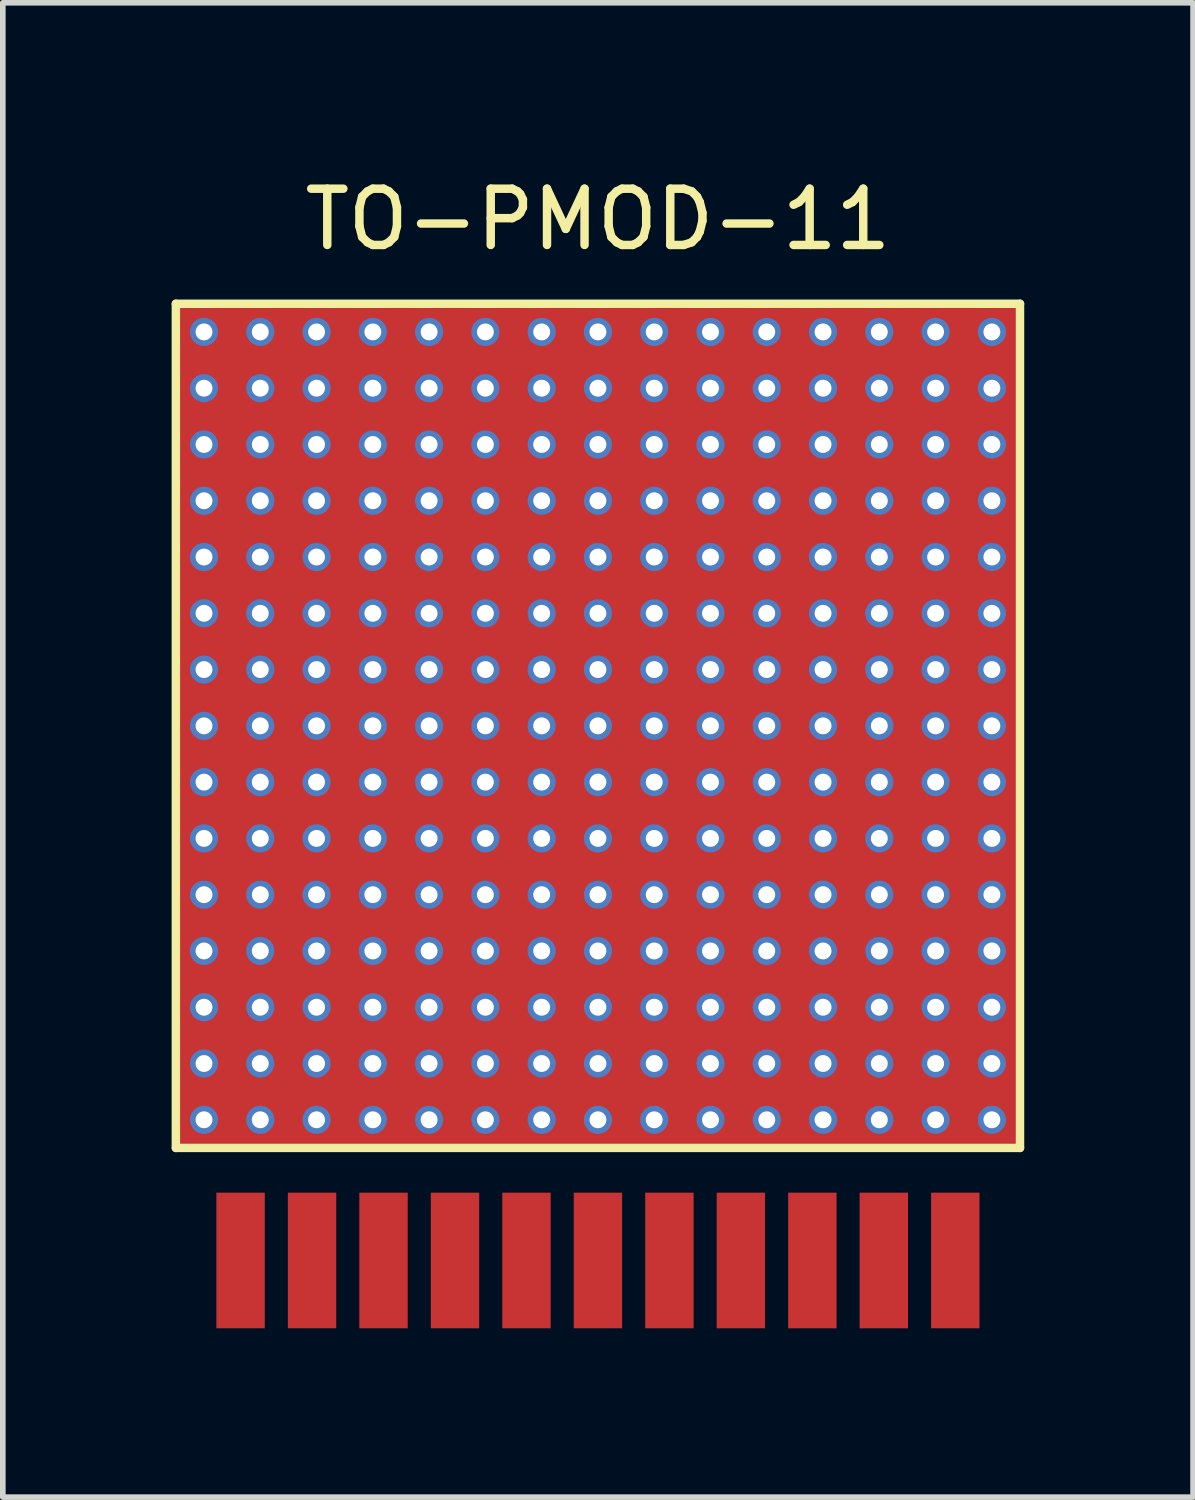
<source format=kicad_pcb>
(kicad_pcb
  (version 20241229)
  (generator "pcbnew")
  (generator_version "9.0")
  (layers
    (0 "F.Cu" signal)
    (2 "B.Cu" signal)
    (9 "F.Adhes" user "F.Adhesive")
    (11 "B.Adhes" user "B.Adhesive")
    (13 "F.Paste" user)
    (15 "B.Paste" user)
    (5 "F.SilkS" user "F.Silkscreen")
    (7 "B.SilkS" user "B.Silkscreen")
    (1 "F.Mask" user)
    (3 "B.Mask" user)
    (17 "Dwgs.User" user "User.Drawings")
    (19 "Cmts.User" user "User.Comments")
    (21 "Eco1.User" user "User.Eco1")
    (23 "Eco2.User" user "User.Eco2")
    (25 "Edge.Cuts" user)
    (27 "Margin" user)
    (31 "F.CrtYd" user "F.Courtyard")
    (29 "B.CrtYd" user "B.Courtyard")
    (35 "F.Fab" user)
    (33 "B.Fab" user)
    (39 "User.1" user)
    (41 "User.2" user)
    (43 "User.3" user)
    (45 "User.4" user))
  (footprint "TO-PMOD-11"
    (layer "F.Cu")
    (at 7.575 9.848)
    (property "Reference" "TO-PMOD-11" (at 0 -9 0) (layer "F.SilkS") (effects (font (size 1 1) (thickness 0.15))))
    (attr through_hole)
    (fp_line (start -7.5 -7.5) (end -7.5 7.5) (stroke (width 0.15) (type solid)) (layer "F.SilkS"))
    (fp_line (start -7.5 7.5) (end 7.5 7.5) (stroke (width 0.15) (type solid)) (layer "F.SilkS"))
    (fp_line (start 7.5 -7.5) (end -7.5 -7.5) (stroke (width 0.15) (type solid)) (layer "F.SilkS"))
    (fp_line (start 7.5 7.5) (end 7.5 -7.5) (stroke (width 0.15) (type solid)) (layer "F.SilkS"))
    (pad "1" smd rect (at -6.35 9.5) (size 0.86 2.41) (layers "F.Cu" "F.Mask" "F.Paste"))
    (pad "2" smd rect (at -5.08 9.5) (size 0.86 2.41) (layers "F.Cu" "F.Mask" "F.Paste"))
    (pad "3" smd rect (at -3.81 9.5) (size 0.86 2.41) (layers "F.Cu" "F.Mask" "F.Paste"))
    (pad "4" smd rect (at -2.54 9.5) (size 0.86 2.41) (layers "F.Cu" "F.Mask" "F.Paste"))
    (pad "5" smd rect (at -1.27 9.5) (size 0.86 2.41) (layers "F.Cu" "F.Mask" "F.Paste"))
    (pad "6" smd rect (at 0 9.5) (size 0.86 2.41) (layers "F.Cu" "F.Mask" "F.Paste"))
    (pad "7" smd rect (at 1.27 9.5) (size 0.86 2.41) (layers "F.Cu" "F.Mask" "F.Paste"))
    (pad "8" smd rect (at 2.54 9.5) (size 0.86 2.41) (layers "F.Cu" "F.Mask" "F.Paste"))
    (pad "9" smd rect (at 3.81 9.5) (size 0.86 2.41) (layers "F.Cu" "F.Mask" "F.Paste"))
    (pad "10" smd rect (at 5.08 9.5) (size 0.86 2.41) (layers "F.Cu" "F.Mask" "F.Paste"))
    (pad "11" smd rect (at 6.35 9.5) (size 0.86 2.41) (layers "F.Cu" "F.Mask" "F.Paste"))
    (pad "EP" thru_hole circle (at -7 -7) (size 0.5 0.5) (drill 0.3) (layers "*.Cu"))
    (pad "EP" thru_hole circle (at -7 -6) (size 0.5 0.5) (drill 0.3) (layers "*.Cu"))
    (pad "EP" thru_hole circle (at -7 -5) (size 0.5 0.5) (drill 0.3) (layers "*.Cu"))
    (pad "EP" thru_hole circle (at -7 -4) (size 0.5 0.5) (drill 0.3) (layers "*.Cu"))
    (pad "EP" thru_hole circle (at -7 -3) (size 0.5 0.5) (drill 0.3) (layers "*.Cu"))
    (pad "EP" thru_hole circle (at -7 -2) (size 0.5 0.5) (drill 0.3) (layers "*.Cu"))
    (pad "EP" thru_hole circle (at -7 -1) (size 0.5 0.5) (drill 0.3) (layers "*.Cu"))
    (pad "EP" thru_hole circle (at -7 0) (size 0.5 0.5) (drill 0.3) (layers "*.Cu"))
    (pad "EP" thru_hole circle (at -7 1) (size 0.5 0.5) (drill 0.3) (layers "*.Cu"))
    (pad "EP" thru_hole circle (at -7 2) (size 0.5 0.5) (drill 0.3) (layers "*.Cu"))
    (pad "EP" thru_hole circle (at -7 3) (size 0.5 0.5) (drill 0.3) (layers "*.Cu"))
    (pad "EP" thru_hole circle (at -7 4) (size 0.5 0.5) (drill 0.3) (layers "*.Cu"))
    (pad "EP" thru_hole circle (at -7 5) (size 0.5 0.5) (drill 0.3) (layers "*.Cu"))
    (pad "EP" thru_hole circle (at -7 6) (size 0.5 0.5) (drill 0.3) (layers "*.Cu"))
    (pad "EP" thru_hole circle (at -7 7) (size 0.5 0.5) (drill 0.3) (layers "*.Cu"))
    (pad "EP" thru_hole circle (at -6 -7) (size 0.5 0.5) (drill 0.3) (layers "*.Cu"))
    (pad "EP" thru_hole circle (at -6 -6) (size 0.5 0.5) (drill 0.3) (layers "*.Cu"))
    (pad "EP" thru_hole circle (at -6 -5) (size 0.5 0.5) (drill 0.3) (layers "*.Cu"))
    (pad "EP" thru_hole circle (at -6 -4) (size 0.5 0.5) (drill 0.3) (layers "*.Cu"))
    (pad "EP" thru_hole circle (at -6 -3) (size 0.5 0.5) (drill 0.3) (layers "*.Cu"))
    (pad "EP" thru_hole circle (at -6 -2) (size 0.5 0.5) (drill 0.3) (layers "*.Cu"))
    (pad "EP" thru_hole circle (at -6 -1) (size 0.5 0.5) (drill 0.3) (layers "*.Cu"))
    (pad "EP" thru_hole circle (at -6 0) (size 0.5 0.5) (drill 0.3) (layers "*.Cu"))
    (pad "EP" thru_hole circle (at -6 1) (size 0.5 0.5) (drill 0.3) (layers "*.Cu"))
    (pad "EP" thru_hole circle (at -6 2) (size 0.5 0.5) (drill 0.3) (layers "*.Cu"))
    (pad "EP" thru_hole circle (at -6 3) (size 0.5 0.5) (drill 0.3) (layers "*.Cu"))
    (pad "EP" thru_hole circle (at -6 4) (size 0.5 0.5) (drill 0.3) (layers "*.Cu"))
    (pad "EP" thru_hole circle (at -6 5) (size 0.5 0.5) (drill 0.3) (layers "*.Cu"))
    (pad "EP" thru_hole circle (at -6 6) (size 0.5 0.5) (drill 0.3) (layers "*.Cu"))
    (pad "EP" thru_hole circle (at -6 7) (size 0.5 0.5) (drill 0.3) (layers "*.Cu"))
    (pad "EP" thru_hole circle (at -5 -7) (size 0.5 0.5) (drill 0.3) (layers "*.Cu"))
    (pad "EP" thru_hole circle (at -5 -6) (size 0.5 0.5) (drill 0.3) (layers "*.Cu"))
    (pad "EP" thru_hole circle (at -5 -5) (size 0.5 0.5) (drill 0.3) (layers "*.Cu"))
    (pad "EP" thru_hole circle (at -5 -4) (size 0.5 0.5) (drill 0.3) (layers "*.Cu"))
    (pad "EP" thru_hole circle (at -5 -3) (size 0.5 0.5) (drill 0.3) (layers "*.Cu"))
    (pad "EP" thru_hole circle (at -5 -2) (size 0.5 0.5) (drill 0.3) (layers "*.Cu"))
    (pad "EP" thru_hole circle (at -5 -1) (size 0.5 0.5) (drill 0.3) (layers "*.Cu"))
    (pad "EP" thru_hole circle (at -5 0) (size 0.5 0.5) (drill 0.3) (layers "*.Cu"))
    (pad "EP" thru_hole circle (at -5 1) (size 0.5 0.5) (drill 0.3) (layers "*.Cu"))
    (pad "EP" thru_hole circle (at -5 2) (size 0.5 0.5) (drill 0.3) (layers "*.Cu"))
    (pad "EP" thru_hole circle (at -5 3) (size 0.5 0.5) (drill 0.3) (layers "*.Cu"))
    (pad "EP" thru_hole circle (at -5 4) (size 0.5 0.5) (drill 0.3) (layers "*.Cu"))
    (pad "EP" thru_hole circle (at -5 5) (size 0.5 0.5) (drill 0.3) (layers "*.Cu"))
    (pad "EP" thru_hole circle (at -5 6) (size 0.5 0.5) (drill 0.3) (layers "*.Cu"))
    (pad "EP" thru_hole circle (at -5 7) (size 0.5 0.5) (drill 0.3) (layers "*.Cu"))
    (pad "EP" thru_hole circle (at -4 -7) (size 0.5 0.5) (drill 0.3) (layers "*.Cu"))
    (pad "EP" thru_hole circle (at -4 -6) (size 0.5 0.5) (drill 0.3) (layers "*.Cu" "*.Mask"))
    (pad "EP" thru_hole circle (at -4 -5) (size 0.5 0.5) (drill 0.3) (layers "*.Cu" "*.Mask"))
    (pad "EP" thru_hole circle (at -4 -4) (size 0.5 0.5) (drill 0.3) (layers "*.Cu" "*.Mask"))
    (pad "EP" thru_hole circle (at -4 -3) (size 0.5 0.5) (drill 0.3) (layers "*.Cu" "*.Mask"))
    (pad "EP" thru_hole circle (at -4 -2) (size 0.5 0.5) (drill 0.3) (layers "*.Cu" "*.Mask"))
    (pad "EP" thru_hole circle (at -4 -1) (size 0.5 0.5) (drill 0.3) (layers "*.Cu" "*.Mask"))
    (pad "EP" thru_hole circle (at -4 0) (size 0.5 0.5) (drill 0.3) (layers "*.Cu" "*.Mask"))
    (pad "EP" thru_hole circle (at -4 1) (size 0.5 0.5) (drill 0.3) (layers "*.Cu" "*.Mask"))
    (pad "EP" thru_hole circle (at -4 2) (size 0.5 0.5) (drill 0.3) (layers "*.Cu" "*.Mask"))
    (pad "EP" thru_hole circle (at -4 3) (size 0.5 0.5) (drill 0.3) (layers "*.Cu" "*.Mask"))
    (pad "EP" thru_hole circle (at -4 4) (size 0.5 0.5) (drill 0.3) (layers "*.Cu" "*.Mask"))
    (pad "EP" thru_hole circle (at -4 5) (size 0.5 0.5) (drill 0.3) (layers "*.Cu" "*.Mask"))
    (pad "EP" thru_hole circle (at -4 6) (size 0.5 0.5) (drill 0.3) (layers "*.Cu" "*.Mask"))
    (pad "EP" thru_hole circle (at -4 7) (size 0.5 0.5) (drill 0.3) (layers "*.Cu"))
    (pad "EP" thru_hole circle (at -3 -7) (size 0.5 0.5) (drill 0.3) (layers "*.Cu"))
    (pad "EP" thru_hole circle (at -3 -6) (size 0.5 0.5) (drill 0.3) (layers "*.Cu" "*.Mask"))
    (pad "EP" thru_hole circle (at -3 -5) (size 0.5 0.5) (drill 0.3) (layers "*.Cu" "*.Mask"))
    (pad "EP" thru_hole circle (at -3 -4) (size 0.5 0.5) (drill 0.3) (layers "*.Cu" "*.Mask"))
    (pad "EP" thru_hole circle (at -3 -3) (size 0.5 0.5) (drill 0.3) (layers "*.Cu" "*.Mask"))
    (pad "EP" thru_hole circle (at -3 -2) (size 0.5 0.5) (drill 0.3) (layers "*.Cu" "*.Mask"))
    (pad "EP" thru_hole circle (at -3 -1) (size 0.5 0.5) (drill 0.3) (layers "*.Cu" "*.Mask"))
    (pad "EP" thru_hole circle (at -3 0) (size 0.5 0.5) (drill 0.3) (layers "*.Cu" "*.Mask"))
    (pad "EP" thru_hole circle (at -3 1) (size 0.5 0.5) (drill 0.3) (layers "*.Cu" "*.Mask"))
    (pad "EP" thru_hole circle (at -3 2) (size 0.5 0.5) (drill 0.3) (layers "*.Cu" "*.Mask"))
    (pad "EP" thru_hole circle (at -3 3) (size 0.5 0.5) (drill 0.3) (layers "*.Cu" "*.Mask"))
    (pad "EP" thru_hole circle (at -3 4) (size 0.5 0.5) (drill 0.3) (layers "*.Cu" "*.Mask"))
    (pad "EP" thru_hole circle (at -3 5) (size 0.5 0.5) (drill 0.3) (layers "*.Cu" "*.Mask"))
    (pad "EP" thru_hole circle (at -3 6) (size 0.5 0.5) (drill 0.3) (layers "*.Cu" "*.Mask"))
    (pad "EP" thru_hole circle (at -3 7) (size 0.5 0.5) (drill 0.3) (layers "*.Cu"))
    (pad "EP" thru_hole circle (at -2 -7) (size 0.5 0.5) (drill 0.3) (layers "*.Cu"))
    (pad "EP" thru_hole circle (at -2 -6) (size 0.5 0.5) (drill 0.3) (layers "*.Cu" "*.Mask"))
    (pad "EP" thru_hole circle (at -2 -5) (size 0.5 0.5) (drill 0.3) (layers "*.Cu" "*.Mask"))
    (pad "EP" thru_hole circle (at -2 -4) (size 0.5 0.5) (drill 0.3) (layers "*.Cu" "*.Mask"))
    (pad "EP" thru_hole circle (at -2 -3) (size 0.5 0.5) (drill 0.3) (layers "*.Cu" "*.Mask"))
    (pad "EP" thru_hole circle (at -2 -2) (size 0.5 0.5) (drill 0.3) (layers "*.Cu" "*.Mask"))
    (pad "EP" thru_hole circle (at -2 -1) (size 0.5 0.5) (drill 0.3) (layers "*.Cu" "*.Mask"))
    (pad "EP" thru_hole circle (at -2 0) (size 0.5 0.5) (drill 0.3) (layers "*.Cu" "*.Mask"))
    (pad "EP" thru_hole circle (at -2 1) (size 0.5 0.5) (drill 0.3) (layers "*.Cu" "*.Mask"))
    (pad "EP" thru_hole circle (at -2 2) (size 0.5 0.5) (drill 0.3) (layers "*.Cu" "*.Mask"))
    (pad "EP" thru_hole circle (at -2 3) (size 0.5 0.5) (drill 0.3) (layers "*.Cu" "*.Mask"))
    (pad "EP" thru_hole circle (at -2 4) (size 0.5 0.5) (drill 0.3) (layers "*.Cu" "*.Mask"))
    (pad "EP" thru_hole circle (at -2 5) (size 0.5 0.5) (drill 0.3) (layers "*.Cu" "*.Mask"))
    (pad "EP" thru_hole circle (at -2 6) (size 0.5 0.5) (drill 0.3) (layers "*.Cu" "*.Mask"))
    (pad "EP" thru_hole circle (at -2 7) (size 0.5 0.5) (drill 0.3) (layers "*.Cu"))
    (pad "EP" thru_hole circle (at -1 -7) (size 0.5 0.5) (drill 0.3) (layers "*.Cu"))
    (pad "EP" thru_hole circle (at -1 -6) (size 0.5 0.5) (drill 0.3) (layers "*.Cu" "*.Mask"))
    (pad "EP" thru_hole circle (at -1 -5) (size 0.5 0.5) (drill 0.3) (layers "*.Cu" "*.Mask"))
    (pad "EP" thru_hole circle (at -1 -4) (size 0.5 0.5) (drill 0.3) (layers "*.Cu" "*.Mask"))
    (pad "EP" thru_hole circle (at -1 -3) (size 0.5 0.5) (drill 0.3) (layers "*.Cu" "*.Mask"))
    (pad "EP" thru_hole circle (at -1 -2) (size 0.5 0.5) (drill 0.3) (layers "*.Cu" "*.Mask"))
    (pad "EP" thru_hole circle (at -1 -1) (size 0.5 0.5) (drill 0.3) (layers "*.Cu" "*.Mask"))
    (pad "EP" thru_hole circle (at -1 0) (size 0.5 0.5) (drill 0.3) (layers "*.Cu" "*.Mask"))
    (pad "EP" thru_hole circle (at -1 1) (size 0.5 0.5) (drill 0.3) (layers "*.Cu" "*.Mask"))
    (pad "EP" thru_hole circle (at -1 2) (size 0.5 0.5) (drill 0.3) (layers "*.Cu" "*.Mask"))
    (pad "EP" thru_hole circle (at -1 3) (size 0.5 0.5) (drill 0.3) (layers "*.Cu" "*.Mask"))
    (pad "EP" thru_hole circle (at -1 4) (size 0.5 0.5) (drill 0.3) (layers "*.Cu" "*.Mask"))
    (pad "EP" thru_hole circle (at -1 5) (size 0.5 0.5) (drill 0.3) (layers "*.Cu" "*.Mask"))
    (pad "EP" thru_hole circle (at -1 6) (size 0.5 0.5) (drill 0.3) (layers "*.Cu" "*.Mask"))
    (pad "EP" thru_hole circle (at -1 7) (size 0.5 0.5) (drill 0.3) (layers "*.Cu"))
    (pad "EP" thru_hole circle (at 0 -7) (size 0.5 0.5) (drill 0.3) (layers "*.Cu"))
    (pad "EP" thru_hole circle (at 0 -6) (size 0.5 0.5) (drill 0.3) (layers "*.Cu" "*.Mask"))
    (pad "EP" thru_hole circle (at 0 -5) (size 0.5 0.5) (drill 0.3) (layers "*.Cu" "*.Mask"))
    (pad "EP" thru_hole circle (at 0 -4) (size 0.5 0.5) (drill 0.3) (layers "*.Cu" "*.Mask"))
    (pad "EP" thru_hole circle (at 0 -3) (size 0.5 0.5) (drill 0.3) (layers "*.Cu" "*.Mask"))
    (pad "EP" thru_hole circle (at 0 -2) (size 0.5 0.5) (drill 0.3) (layers "*.Cu" "*.Mask"))
    (pad "EP" thru_hole circle (at 0 -1) (size 0.5 0.5) (drill 0.3) (layers "*.Cu" "*.Mask"))
    (pad "EP" thru_hole circle (at 0 0) (size 0.5 0.5) (drill 0.3) (layers "*.Cu" "*.Mask"))
    (pad "EP" smd rect (at 0 0) (size 9.126 13.37) (layers "F.Cu" "F.Mask" "F.Paste"))
    (pad "EP" smd rect (at 0 0) (size 15 15) (layers "F.Cu"))
    (pad "EP" thru_hole circle (at 0 1) (size 0.5 0.5) (drill 0.3) (layers "*.Cu" "*.Mask"))
    (pad "EP" thru_hole circle (at 0 2) (size 0.5 0.5) (drill 0.3) (layers "*.Cu" "*.Mask"))
    (pad "EP" thru_hole circle (at 0 3) (size 0.5 0.5) (drill 0.3) (layers "*.Cu" "*.Mask"))
    (pad "EP" thru_hole circle (at 0 4) (size 0.5 0.5) (drill 0.3) (layers "*.Cu" "*.Mask"))
    (pad "EP" thru_hole circle (at 0 5) (size 0.5 0.5) (drill 0.3) (layers "*.Cu" "*.Mask"))
    (pad "EP" thru_hole circle (at 0 6) (size 0.5 0.5) (drill 0.3) (layers "*.Cu" "*.Mask"))
    (pad "EP" thru_hole circle (at 0 7) (size 0.5 0.5) (drill 0.3) (layers "*.Cu"))
    (pad "EP" thru_hole circle (at 1 -7) (size 0.5 0.5) (drill 0.3) (layers "*.Cu"))
    (pad "EP" thru_hole circle (at 1 -6) (size 0.5 0.5) (drill 0.3) (layers "*.Cu" "*.Mask"))
    (pad "EP" thru_hole circle (at 1 -5) (size 0.5 0.5) (drill 0.3) (layers "*.Cu" "*.Mask"))
    (pad "EP" thru_hole circle (at 1 -4) (size 0.5 0.5) (drill 0.3) (layers "*.Cu" "*.Mask"))
    (pad "EP" thru_hole circle (at 1 -3) (size 0.5 0.5) (drill 0.3) (layers "*.Cu" "*.Mask"))
    (pad "EP" thru_hole circle (at 1 -2) (size 0.5 0.5) (drill 0.3) (layers "*.Cu" "*.Mask"))
    (pad "EP" thru_hole circle (at 1 -1) (size 0.5 0.5) (drill 0.3) (layers "*.Cu" "*.Mask"))
    (pad "EP" thru_hole circle (at 1 0) (size 0.5 0.5) (drill 0.3) (layers "*.Cu" "*.Mask"))
    (pad "EP" thru_hole circle (at 1 1) (size 0.5 0.5) (drill 0.3) (layers "*.Cu" "*.Mask"))
    (pad "EP" thru_hole circle (at 1 2) (size 0.5 0.5) (drill 0.3) (layers "*.Cu" "*.Mask"))
    (pad "EP" thru_hole circle (at 1 3) (size 0.5 0.5) (drill 0.3) (layers "*.Cu" "*.Mask"))
    (pad "EP" thru_hole circle (at 1 4) (size 0.5 0.5) (drill 0.3) (layers "*.Cu" "*.Mask"))
    (pad "EP" thru_hole circle (at 1 5) (size 0.5 0.5) (drill 0.3) (layers "*.Cu" "*.Mask"))
    (pad "EP" thru_hole circle (at 1 6) (size 0.5 0.5) (drill 0.3) (layers "*.Cu" "*.Mask"))
    (pad "EP" thru_hole circle (at 1 7) (size 0.5 0.5) (drill 0.3) (layers "*.Cu"))
    (pad "EP" thru_hole circle (at 2 -7) (size 0.5 0.5) (drill 0.3) (layers "*.Cu"))
    (pad "EP" thru_hole circle (at 2 -6) (size 0.5 0.5) (drill 0.3) (layers "*.Cu" "*.Mask"))
    (pad "EP" thru_hole circle (at 2 -5) (size 0.5 0.5) (drill 0.3) (layers "*.Cu" "*.Mask"))
    (pad "EP" thru_hole circle (at 2 -4) (size 0.5 0.5) (drill 0.3) (layers "*.Cu" "*.Mask"))
    (pad "EP" thru_hole circle (at 2 -3) (size 0.5 0.5) (drill 0.3) (layers "*.Cu" "*.Mask"))
    (pad "EP" thru_hole circle (at 2 -2) (size 0.5 0.5) (drill 0.3) (layers "*.Cu" "*.Mask"))
    (pad "EP" thru_hole circle (at 2 -1) (size 0.5 0.5) (drill 0.3) (layers "*.Cu" "*.Mask"))
    (pad "EP" thru_hole circle (at 2 0) (size 0.5 0.5) (drill 0.3) (layers "*.Cu" "*.Mask"))
    (pad "EP" thru_hole circle (at 2 1) (size 0.5 0.5) (drill 0.3) (layers "*.Cu" "*.Mask"))
    (pad "EP" thru_hole circle (at 2 2) (size 0.5 0.5) (drill 0.3) (layers "*.Cu" "*.Mask"))
    (pad "EP" thru_hole circle (at 2 3) (size 0.5 0.5) (drill 0.3) (layers "*.Cu" "*.Mask"))
    (pad "EP" thru_hole circle (at 2 4) (size 0.5 0.5) (drill 0.3) (layers "*.Cu" "*.Mask"))
    (pad "EP" thru_hole circle (at 2 5) (size 0.5 0.5) (drill 0.3) (layers "*.Cu" "*.Mask"))
    (pad "EP" thru_hole circle (at 2 6) (size 0.5 0.5) (drill 0.3) (layers "*.Cu" "*.Mask"))
    (pad "EP" thru_hole circle (at 2 7) (size 0.5 0.5) (drill 0.3) (layers "*.Cu"))
    (pad "EP" thru_hole circle (at 3 -7) (size 0.5 0.5) (drill 0.3) (layers "*.Cu"))
    (pad "EP" thru_hole circle (at 3 -6) (size 0.5 0.5) (drill 0.3) (layers "*.Cu" "*.Mask"))
    (pad "EP" thru_hole circle (at 3 -5) (size 0.5 0.5) (drill 0.3) (layers "*.Cu" "*.Mask"))
    (pad "EP" thru_hole circle (at 3 -4) (size 0.5 0.5) (drill 0.3) (layers "*.Cu" "*.Mask"))
    (pad "EP" thru_hole circle (at 3 -3) (size 0.5 0.5) (drill 0.3) (layers "*.Cu" "*.Mask"))
    (pad "EP" thru_hole circle (at 3 -2) (size 0.5 0.5) (drill 0.3) (layers "*.Cu" "*.Mask"))
    (pad "EP" thru_hole circle (at 3 -1) (size 0.5 0.5) (drill 0.3) (layers "*.Cu" "*.Mask"))
    (pad "EP" thru_hole circle (at 3 0) (size 0.5 0.5) (drill 0.3) (layers "*.Cu" "*.Mask"))
    (pad "EP" thru_hole circle (at 3 1) (size 0.5 0.5) (drill 0.3) (layers "*.Cu" "*.Mask"))
    (pad "EP" thru_hole circle (at 3 2) (size 0.5 0.5) (drill 0.3) (layers "*.Cu" "*.Mask"))
    (pad "EP" thru_hole circle (at 3 3) (size 0.5 0.5) (drill 0.3) (layers "*.Cu" "*.Mask"))
    (pad "EP" thru_hole circle (at 3 4) (size 0.5 0.5) (drill 0.3) (layers "*.Cu" "*.Mask"))
    (pad "EP" thru_hole circle (at 3 5) (size 0.5 0.5) (drill 0.3) (layers "*.Cu" "*.Mask"))
    (pad "EP" thru_hole circle (at 3 6) (size 0.5 0.5) (drill 0.3) (layers "*.Cu" "*.Mask"))
    (pad "EP" thru_hole circle (at 3 7) (size 0.5 0.5) (drill 0.3) (layers "*.Cu"))
    (pad "EP" thru_hole circle (at 4 -7) (size 0.5 0.5) (drill 0.3) (layers "*.Cu"))
    (pad "EP" thru_hole circle (at 4 -6) (size 0.5 0.5) (drill 0.3) (layers "*.Cu" "*.Mask"))
    (pad "EP" thru_hole circle (at 4 -5) (size 0.5 0.5) (drill 0.3) (layers "*.Cu" "*.Mask"))
    (pad "EP" thru_hole circle (at 4 -4) (size 0.5 0.5) (drill 0.3) (layers "*.Cu" "*.Mask"))
    (pad "EP" thru_hole circle (at 4 -3) (size 0.5 0.5) (drill 0.3) (layers "*.Cu" "*.Mask"))
    (pad "EP" thru_hole circle (at 4 -2) (size 0.5 0.5) (drill 0.3) (layers "*.Cu" "*.Mask"))
    (pad "EP" thru_hole circle (at 4 -1) (size 0.5 0.5) (drill 0.3) (layers "*.Cu" "*.Mask"))
    (pad "EP" thru_hole circle (at 4 0) (size 0.5 0.5) (drill 0.3) (layers "*.Cu" "*.Mask"))
    (pad "EP" thru_hole circle (at 4 1) (size 0.5 0.5) (drill 0.3) (layers "*.Cu" "*.Mask"))
    (pad "EP" thru_hole circle (at 4 2) (size 0.5 0.5) (drill 0.3) (layers "*.Cu" "*.Mask"))
    (pad "EP" thru_hole circle (at 4 3) (size 0.5 0.5) (drill 0.3) (layers "*.Cu" "*.Mask"))
    (pad "EP" thru_hole circle (at 4 4) (size 0.5 0.5) (drill 0.3) (layers "*.Cu" "*.Mask"))
    (pad "EP" thru_hole circle (at 4 5) (size 0.5 0.5) (drill 0.3) (layers "*.Cu" "*.Mask"))
    (pad "EP" thru_hole circle (at 4 6) (size 0.5 0.5) (drill 0.3) (layers "*.Cu" "*.Mask"))
    (pad "EP" thru_hole circle (at 4 7) (size 0.5 0.5) (drill 0.3) (layers "*.Cu"))
    (pad "EP" thru_hole circle (at 5 -7) (size 0.5 0.5) (drill 0.3) (layers "*.Cu"))
    (pad "EP" thru_hole circle (at 5 -6) (size 0.5 0.5) (drill 0.3) (layers "*.Cu"))
    (pad "EP" thru_hole circle (at 5 -5) (size 0.5 0.5) (drill 0.3) (layers "*.Cu"))
    (pad "EP" thru_hole circle (at 5 -4) (size 0.5 0.5) (drill 0.3) (layers "*.Cu"))
    (pad "EP" thru_hole circle (at 5 -3) (size 0.5 0.5) (drill 0.3) (layers "*.Cu"))
    (pad "EP" thru_hole circle (at 5 -2) (size 0.5 0.5) (drill 0.3) (layers "*.Cu"))
    (pad "EP" thru_hole circle (at 5 -1) (size 0.5 0.5) (drill 0.3) (layers "*.Cu"))
    (pad "EP" thru_hole circle (at 5 0) (size 0.5 0.5) (drill 0.3) (layers "*.Cu"))
    (pad "EP" thru_hole circle (at 5 1) (size 0.5 0.5) (drill 0.3) (layers "*.Cu"))
    (pad "EP" thru_hole circle (at 5 2) (size 0.5 0.5) (drill 0.3) (layers "*.Cu"))
    (pad "EP" thru_hole circle (at 5 3) (size 0.5 0.5) (drill 0.3) (layers "*.Cu"))
    (pad "EP" thru_hole circle (at 5 4) (size 0.5 0.5) (drill 0.3) (layers "*.Cu"))
    (pad "EP" thru_hole circle (at 5 5) (size 0.5 0.5) (drill 0.3) (layers "*.Cu"))
    (pad "EP" thru_hole circle (at 5 6) (size 0.5 0.5) (drill 0.3) (layers "*.Cu"))
    (pad "EP" thru_hole circle (at 5 7) (size 0.5 0.5) (drill 0.3) (layers "*.Cu"))
    (pad "EP" thru_hole circle (at 6 -7) (size 0.5 0.5) (drill 0.3) (layers "*.Cu"))
    (pad "EP" thru_hole circle (at 6 -6) (size 0.5 0.5) (drill 0.3) (layers "*.Cu"))
    (pad "EP" thru_hole circle (at 6 -5) (size 0.5 0.5) (drill 0.3) (layers "*.Cu"))
    (pad "EP" thru_hole circle (at 6 -4) (size 0.5 0.5) (drill 0.3) (layers "*.Cu"))
    (pad "EP" thru_hole circle (at 6 -3) (size 0.5 0.5) (drill 0.3) (layers "*.Cu"))
    (pad "EP" thru_hole circle (at 6 -2) (size 0.5 0.5) (drill 0.3) (layers "*.Cu"))
    (pad "EP" thru_hole circle (at 6 -1) (size 0.5 0.5) (drill 0.3) (layers "*.Cu"))
    (pad "EP" thru_hole circle (at 6 0) (size 0.5 0.5) (drill 0.3) (layers "*.Cu"))
    (pad "EP" thru_hole circle (at 6 1) (size 0.5 0.5) (drill 0.3) (layers "*.Cu"))
    (pad "EP" thru_hole circle (at 6 2) (size 0.5 0.5) (drill 0.3) (layers "*.Cu"))
    (pad "EP" thru_hole circle (at 6 3) (size 0.5 0.5) (drill 0.3) (layers "*.Cu"))
    (pad "EP" thru_hole circle (at 6 4) (size 0.5 0.5) (drill 0.3) (layers "*.Cu"))
    (pad "EP" thru_hole circle (at 6 5) (size 0.5 0.5) (drill 0.3) (layers "*.Cu"))
    (pad "EP" thru_hole circle (at 6 6) (size 0.5 0.5) (drill 0.3) (layers "*.Cu"))
    (pad "EP" thru_hole circle (at 6 7) (size 0.5 0.5) (drill 0.3) (layers "*.Cu"))
    (pad "EP" thru_hole circle (at 7 -7) (size 0.5 0.5) (drill 0.3) (layers "*.Cu"))
    (pad "EP" thru_hole circle (at 7 -6) (size 0.5 0.5) (drill 0.3) (layers "*.Cu"))
    (pad "EP" thru_hole circle (at 7 -5) (size 0.5 0.5) (drill 0.3) (layers "*.Cu"))
    (pad "EP" thru_hole circle (at 7 -4) (size 0.5 0.5) (drill 0.3) (layers "*.Cu"))
    (pad "EP" thru_hole circle (at 7 -3) (size 0.5 0.5) (drill 0.3) (layers "*.Cu"))
    (pad "EP" thru_hole circle (at 7 -2) (size 0.5 0.5) (drill 0.3) (layers "*.Cu"))
    (pad "EP" thru_hole circle (at 7 -1) (size 0.5 0.5) (drill 0.3) (layers "*.Cu"))
    (pad "EP" thru_hole circle (at 7 0) (size 0.5 0.5) (drill 0.3) (layers "*.Cu"))
    (pad "EP" thru_hole circle (at 7 1) (size 0.5 0.5) (drill 0.3) (layers "*.Cu"))
    (pad "EP" thru_hole circle (at 7 2) (size 0.5 0.5) (drill 0.3) (layers "*.Cu"))
    (pad "EP" thru_hole circle (at 7 3) (size 0.5 0.5) (drill 0.3) (layers "*.Cu"))
    (pad "EP" thru_hole circle (at 7 4) (size 0.5 0.5) (drill 0.3) (layers "*.Cu"))
    (pad "EP" thru_hole circle (at 7 5) (size 0.5 0.5) (drill 0.3) (layers "*.Cu"))
    (pad "EP" thru_hole circle (at 7 6) (size 0.5 0.5) (drill 0.3) (layers "*.Cu"))
    (pad "EP" thru_hole circle (at 7 7) (size 0.5 0.5) (drill 0.3) (layers "*.Cu")))
  (gr_rect
    (start -3 -3)
    (end 18.15 23.553)
    (stroke (width 0.1) (type default))
    (fill no)
    (layer "Edge.Cuts")))
</source>
